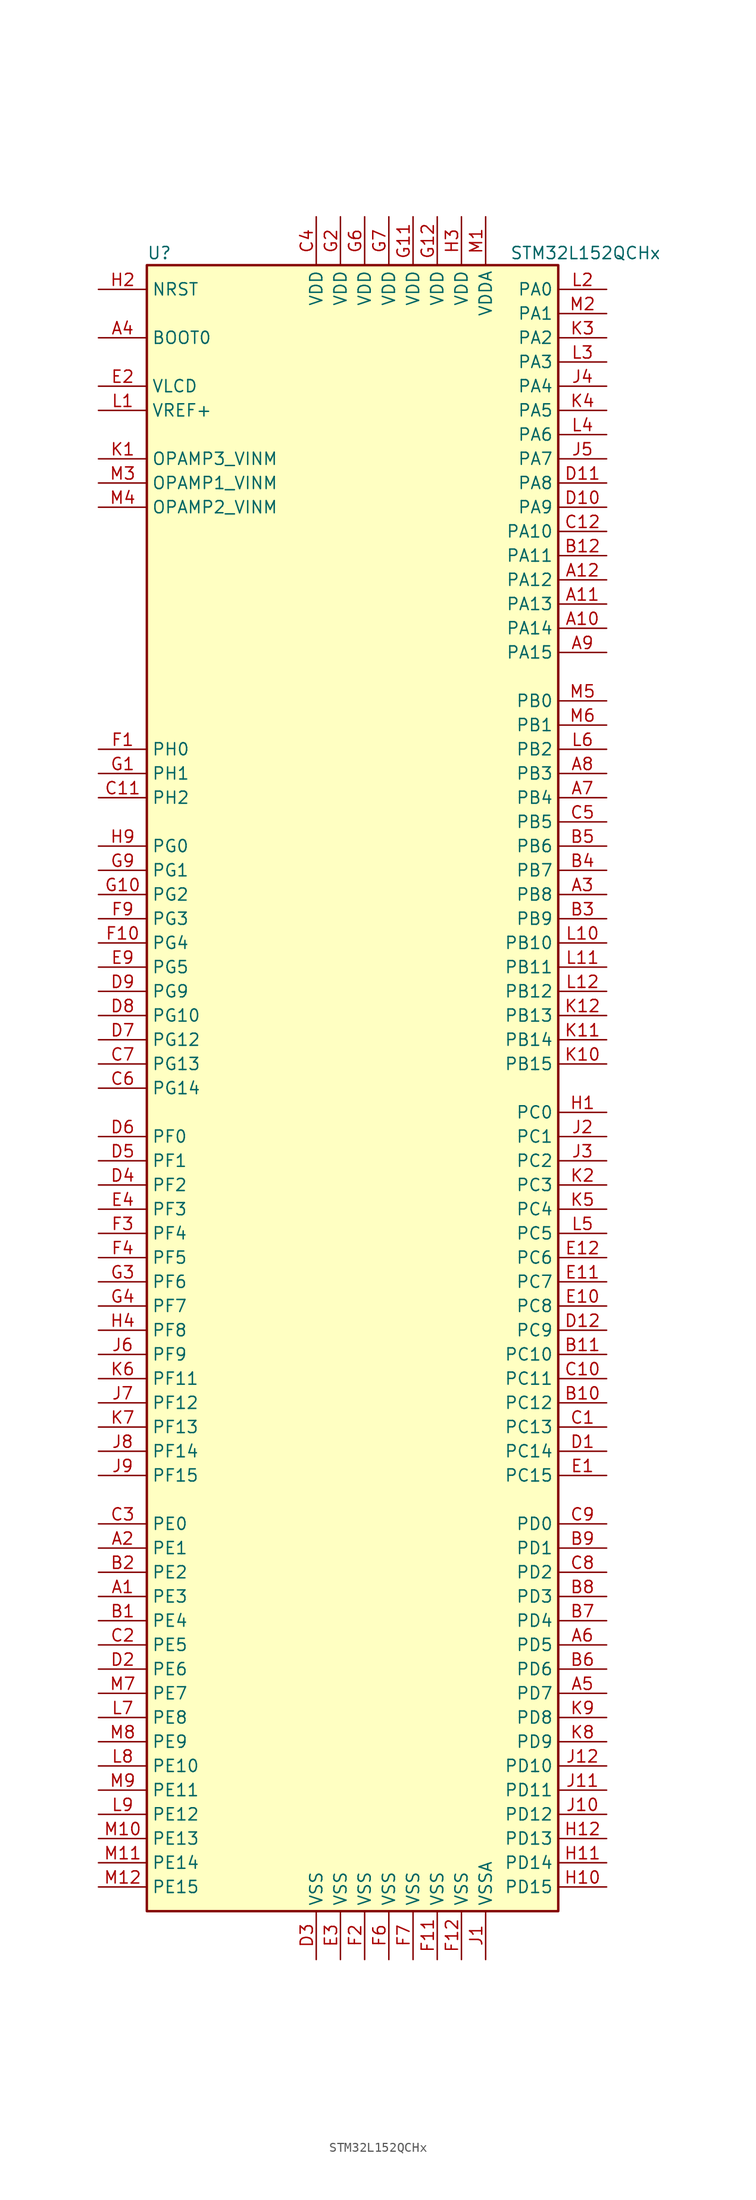
<source format=kicad_sym>
(kicad_symbol_lib
  (version 20201005)
  (generator kicad_symbol_editor)
  (symbol "STM32L152QCHx"
    (property "Reference" "U"
      (at -22.86 87.63 0)
      (effects (font (size 1.27 1.27)) (justify left)))
    (property "Value" "STM32L152QCHx"
      (at 15.24 87.63 0)
      (effects (font (size 1.27 1.27)) (justify left)))
    (symbol "STM32L152QCHx_0_1"
      (rectangle (start -22.86 -86.36) (end 20.32 86.36) (stroke (width 0.254)) (fill (type background))))
    (symbol "STM32L152QCHx_1_1"
      (pin input line (at -27.94 78.74 0) (length 5.08) (name "BOOT0" (effects (font (size 1.27 1.27)))) (number "A4" (effects (font (size 1.27 1.27)))))
      (pin input line (at -27.94 83.82 0) (length 5.08) (name "NRST" (effects (font (size 1.27 1.27)))) (number "H2" (effects (font (size 1.27 1.27)))))
      (pin bidirectional line (at -27.94 63.5 0) (length 5.08) (name "OPAMP1_VINM" (effects (font (size 1.27 1.27)))) (number "M3" (effects (font (size 1.27 1.27)))))
      (pin bidirectional line (at -27.94 60.96 0) (length 5.08) (name "OPAMP2_VINM" (effects (font (size 1.27 1.27)))) (number "M4" (effects (font (size 1.27 1.27)))))
      (pin bidirectional line (at -27.94 66.04 0) (length 5.08) (name "OPAMP3_VINM" (effects (font (size 1.27 1.27)))) (number "K1" (effects (font (size 1.27 1.27)))))
      (pin bidirectional line (at 25.4 83.82 180) (length 5.08) (name "PA0" (effects (font (size 1.27 1.27)))) (number "L2" (effects (font (size 1.27 1.27)))))
      (pin bidirectional line (at 25.4 81.28 180) (length 5.08) (name "PA1" (effects (font (size 1.27 1.27)))) (number "M2" (effects (font (size 1.27 1.27)))))
      (pin bidirectional line (at 25.4 58.42 180) (length 5.08) (name "PA10" (effects (font (size 1.27 1.27)))) (number "C12" (effects (font (size 1.27 1.27)))))
      (pin bidirectional line (at 25.4 55.88 180) (length 5.08) (name "PA11" (effects (font (size 1.27 1.27)))) (number "B12" (effects (font (size 1.27 1.27)))))
      (pin bidirectional line (at 25.4 53.34 180) (length 5.08) (name "PA12" (effects (font (size 1.27 1.27)))) (number "A12" (effects (font (size 1.27 1.27)))))
      (pin bidirectional line (at 25.4 50.8 180) (length 5.08) (name "PA13" (effects (font (size 1.27 1.27)))) (number "A11" (effects (font (size 1.27 1.27)))))
      (pin bidirectional line (at 25.4 48.26 180) (length 5.08) (name "PA14" (effects (font (size 1.27 1.27)))) (number "A10" (effects (font (size 1.27 1.27)))))
      (pin bidirectional line (at 25.4 45.72 180) (length 5.08) (name "PA15" (effects (font (size 1.27 1.27)))) (number "A9" (effects (font (size 1.27 1.27)))))
      (pin bidirectional line (at 25.4 78.74 180) (length 5.08) (name "PA2" (effects (font (size 1.27 1.27)))) (number "K3" (effects (font (size 1.27 1.27)))))
      (pin bidirectional line (at 25.4 76.2 180) (length 5.08) (name "PA3" (effects (font (size 1.27 1.27)))) (number "L3" (effects (font (size 1.27 1.27)))))
      (pin bidirectional line (at 25.4 73.66 180) (length 5.08) (name "PA4" (effects (font (size 1.27 1.27)))) (number "J4" (effects (font (size 1.27 1.27)))))
      (pin bidirectional line (at 25.4 71.12 180) (length 5.08) (name "PA5" (effects (font (size 1.27 1.27)))) (number "K4" (effects (font (size 1.27 1.27)))))
      (pin bidirectional line (at 25.4 68.58 180) (length 5.08) (name "PA6" (effects (font (size 1.27 1.27)))) (number "L4" (effects (font (size 1.27 1.27)))))
      (pin bidirectional line (at 25.4 66.04 180) (length 5.08) (name "PA7" (effects (font (size 1.27 1.27)))) (number "J5" (effects (font (size 1.27 1.27)))))
      (pin bidirectional line (at 25.4 63.5 180) (length 5.08) (name "PA8" (effects (font (size 1.27 1.27)))) (number "D11" (effects (font (size 1.27 1.27)))))
      (pin bidirectional line (at 25.4 60.96 180) (length 5.08) (name "PA9" (effects (font (size 1.27 1.27)))) (number "D10" (effects (font (size 1.27 1.27)))))
      (pin bidirectional line (at 25.4 40.64 180) (length 5.08) (name "PB0" (effects (font (size 1.27 1.27)))) (number "M5" (effects (font (size 1.27 1.27)))))
      (pin bidirectional line (at 25.4 38.1 180) (length 5.08) (name "PB1" (effects (font (size 1.27 1.27)))) (number "M6" (effects (font (size 1.27 1.27)))))
      (pin bidirectional line (at 25.4 15.24 180) (length 5.08) (name "PB10" (effects (font (size 1.27 1.27)))) (number "L10" (effects (font (size 1.27 1.27)))))
      (pin bidirectional line (at 25.4 12.7 180) (length 5.08) (name "PB11" (effects (font (size 1.27 1.27)))) (number "L11" (effects (font (size 1.27 1.27)))))
      (pin bidirectional line (at 25.4 10.16 180) (length 5.08) (name "PB12" (effects (font (size 1.27 1.27)))) (number "L12" (effects (font (size 1.27 1.27)))))
      (pin bidirectional line (at 25.4 7.62 180) (length 5.08) (name "PB13" (effects (font (size 1.27 1.27)))) (number "K12" (effects (font (size 1.27 1.27)))))
      (pin bidirectional line (at 25.4 5.08 180) (length 5.08) (name "PB14" (effects (font (size 1.27 1.27)))) (number "K11" (effects (font (size 1.27 1.27)))))
      (pin bidirectional line (at 25.4 2.54 180) (length 5.08) (name "PB15" (effects (font (size 1.27 1.27)))) (number "K10" (effects (font (size 1.27 1.27)))))
      (pin bidirectional line (at 25.4 35.56 180) (length 5.08) (name "PB2" (effects (font (size 1.27 1.27)))) (number "L6" (effects (font (size 1.27 1.27)))))
      (pin bidirectional line (at 25.4 33.02 180) (length 5.08) (name "PB3" (effects (font (size 1.27 1.27)))) (number "A8" (effects (font (size 1.27 1.27)))))
      (pin bidirectional line (at 25.4 30.48 180) (length 5.08) (name "PB4" (effects (font (size 1.27 1.27)))) (number "A7" (effects (font (size 1.27 1.27)))))
      (pin bidirectional line (at 25.4 27.94 180) (length 5.08) (name "PB5" (effects (font (size 1.27 1.27)))) (number "C5" (effects (font (size 1.27 1.27)))))
      (pin bidirectional line (at 25.4 25.4 180) (length 5.08) (name "PB6" (effects (font (size 1.27 1.27)))) (number "B5" (effects (font (size 1.27 1.27)))))
      (pin bidirectional line (at 25.4 22.86 180) (length 5.08) (name "PB7" (effects (font (size 1.27 1.27)))) (number "B4" (effects (font (size 1.27 1.27)))))
      (pin bidirectional line (at 25.4 20.32 180) (length 5.08) (name "PB8" (effects (font (size 1.27 1.27)))) (number "A3" (effects (font (size 1.27 1.27)))))
      (pin bidirectional line (at 25.4 17.78 180) (length 5.08) (name "PB9" (effects (font (size 1.27 1.27)))) (number "B3" (effects (font (size 1.27 1.27)))))
      (pin bidirectional line (at 25.4 -2.54 180) (length 5.08) (name "PC0" (effects (font (size 1.27 1.27)))) (number "H1" (effects (font (size 1.27 1.27)))))
      (pin bidirectional line (at 25.4 -5.08 180) (length 5.08) (name "PC1" (effects (font (size 1.27 1.27)))) (number "J2" (effects (font (size 1.27 1.27)))))
      (pin bidirectional line (at 25.4 -27.94 180) (length 5.08) (name "PC10" (effects (font (size 1.27 1.27)))) (number "B11" (effects (font (size 1.27 1.27)))))
      (pin bidirectional line (at 25.4 -30.48 180) (length 5.08) (name "PC11" (effects (font (size 1.27 1.27)))) (number "C10" (effects (font (size 1.27 1.27)))))
      (pin bidirectional line (at 25.4 -33.02 180) (length 5.08) (name "PC12" (effects (font (size 1.27 1.27)))) (number "B10" (effects (font (size 1.27 1.27)))))
      (pin bidirectional line (at 25.4 -35.56 180) (length 5.08) (name "PC13" (effects (font (size 1.27 1.27)))) (number "C1" (effects (font (size 1.27 1.27)))))
      (pin bidirectional line (at 25.4 -38.1 180) (length 5.08) (name "PC14" (effects (font (size 1.27 1.27)))) (number "D1" (effects (font (size 1.27 1.27)))))
      (pin bidirectional line (at 25.4 -40.64 180) (length 5.08) (name "PC15" (effects (font (size 1.27 1.27)))) (number "E1" (effects (font (size 1.27 1.27)))))
      (pin bidirectional line (at 25.4 -7.62 180) (length 5.08) (name "PC2" (effects (font (size 1.27 1.27)))) (number "J3" (effects (font (size 1.27 1.27)))))
      (pin bidirectional line (at 25.4 -10.16 180) (length 5.08) (name "PC3" (effects (font (size 1.27 1.27)))) (number "K2" (effects (font (size 1.27 1.27)))))
      (pin bidirectional line (at 25.4 -12.7 180) (length 5.08) (name "PC4" (effects (font (size 1.27 1.27)))) (number "K5" (effects (font (size 1.27 1.27)))))
      (pin bidirectional line (at 25.4 -15.24 180) (length 5.08) (name "PC5" (effects (font (size 1.27 1.27)))) (number "L5" (effects (font (size 1.27 1.27)))))
      (pin bidirectional line (at 25.4 -17.78 180) (length 5.08) (name "PC6" (effects (font (size 1.27 1.27)))) (number "E12" (effects (font (size 1.27 1.27)))))
      (pin bidirectional line (at 25.4 -20.32 180) (length 5.08) (name "PC7" (effects (font (size 1.27 1.27)))) (number "E11" (effects (font (size 1.27 1.27)))))
      (pin bidirectional line (at 25.4 -22.86 180) (length 5.08) (name "PC8" (effects (font (size 1.27 1.27)))) (number "E10" (effects (font (size 1.27 1.27)))))
      (pin bidirectional line (at 25.4 -25.4 180) (length 5.08) (name "PC9" (effects (font (size 1.27 1.27)))) (number "D12" (effects (font (size 1.27 1.27)))))
      (pin bidirectional line (at 25.4 -45.72 180) (length 5.08) (name "PD0" (effects (font (size 1.27 1.27)))) (number "C9" (effects (font (size 1.27 1.27)))))
      (pin bidirectional line (at 25.4 -48.26 180) (length 5.08) (name "PD1" (effects (font (size 1.27 1.27)))) (number "B9" (effects (font (size 1.27 1.27)))))
      (pin bidirectional line (at 25.4 -71.12 180) (length 5.08) (name "PD10" (effects (font (size 1.27 1.27)))) (number "J12" (effects (font (size 1.27 1.27)))))
      (pin bidirectional line (at 25.4 -73.66 180) (length 5.08) (name "PD11" (effects (font (size 1.27 1.27)))) (number "J11" (effects (font (size 1.27 1.27)))))
      (pin bidirectional line (at 25.4 -76.2 180) (length 5.08) (name "PD12" (effects (font (size 1.27 1.27)))) (number "J10" (effects (font (size 1.27 1.27)))))
      (pin bidirectional line (at 25.4 -78.74 180) (length 5.08) (name "PD13" (effects (font (size 1.27 1.27)))) (number "H12" (effects (font (size 1.27 1.27)))))
      (pin bidirectional line (at 25.4 -81.28 180) (length 5.08) (name "PD14" (effects (font (size 1.27 1.27)))) (number "H11" (effects (font (size 1.27 1.27)))))
      (pin bidirectional line (at 25.4 -83.82 180) (length 5.08) (name "PD15" (effects (font (size 1.27 1.27)))) (number "H10" (effects (font (size 1.27 1.27)))))
      (pin bidirectional line (at 25.4 -50.8 180) (length 5.08) (name "PD2" (effects (font (size 1.27 1.27)))) (number "C8" (effects (font (size 1.27 1.27)))))
      (pin bidirectional line (at 25.4 -53.34 180) (length 5.08) (name "PD3" (effects (font (size 1.27 1.27)))) (number "B8" (effects (font (size 1.27 1.27)))))
      (pin bidirectional line (at 25.4 -55.88 180) (length 5.08) (name "PD4" (effects (font (size 1.27 1.27)))) (number "B7" (effects (font (size 1.27 1.27)))))
      (pin bidirectional line (at 25.4 -58.42 180) (length 5.08) (name "PD5" (effects (font (size 1.27 1.27)))) (number "A6" (effects (font (size 1.27 1.27)))))
      (pin bidirectional line (at 25.4 -60.96 180) (length 5.08) (name "PD6" (effects (font (size 1.27 1.27)))) (number "B6" (effects (font (size 1.27 1.27)))))
      (pin bidirectional line (at 25.4 -63.5 180) (length 5.08) (name "PD7" (effects (font (size 1.27 1.27)))) (number "A5" (effects (font (size 1.27 1.27)))))
      (pin bidirectional line (at 25.4 -66.04 180) (length 5.08) (name "PD8" (effects (font (size 1.27 1.27)))) (number "K9" (effects (font (size 1.27 1.27)))))
      (pin bidirectional line (at 25.4 -68.58 180) (length 5.08) (name "PD9" (effects (font (size 1.27 1.27)))) (number "K8" (effects (font (size 1.27 1.27)))))
      (pin bidirectional line (at -27.94 -45.72 0) (length 5.08) (name "PE0" (effects (font (size 1.27 1.27)))) (number "C3" (effects (font (size 1.27 1.27)))))
      (pin bidirectional line (at -27.94 -48.26 0) (length 5.08) (name "PE1" (effects (font (size 1.27 1.27)))) (number "A2" (effects (font (size 1.27 1.27)))))
      (pin bidirectional line (at -27.94 -71.12 0) (length 5.08) (name "PE10" (effects (font (size 1.27 1.27)))) (number "L8" (effects (font (size 1.27 1.27)))))
      (pin bidirectional line (at -27.94 -73.66 0) (length 5.08) (name "PE11" (effects (font (size 1.27 1.27)))) (number "M9" (effects (font (size 1.27 1.27)))))
      (pin bidirectional line (at -27.94 -76.2 0) (length 5.08) (name "PE12" (effects (font (size 1.27 1.27)))) (number "L9" (effects (font (size 1.27 1.27)))))
      (pin bidirectional line (at -27.94 -78.74 0) (length 5.08) (name "PE13" (effects (font (size 1.27 1.27)))) (number "M10" (effects (font (size 1.27 1.27)))))
      (pin bidirectional line (at -27.94 -81.28 0) (length 5.08) (name "PE14" (effects (font (size 1.27 1.27)))) (number "M11" (effects (font (size 1.27 1.27)))))
      (pin bidirectional line (at -27.94 -83.82 0) (length 5.08) (name "PE15" (effects (font (size 1.27 1.27)))) (number "M12" (effects (font (size 1.27 1.27)))))
      (pin bidirectional line (at -27.94 -50.8 0) (length 5.08) (name "PE2" (effects (font (size 1.27 1.27)))) (number "B2" (effects (font (size 1.27 1.27)))))
      (pin bidirectional line (at -27.94 -53.34 0) (length 5.08) (name "PE3" (effects (font (size 1.27 1.27)))) (number "A1" (effects (font (size 1.27 1.27)))))
      (pin bidirectional line (at -27.94 -55.88 0) (length 5.08) (name "PE4" (effects (font (size 1.27 1.27)))) (number "B1" (effects (font (size 1.27 1.27)))))
      (pin bidirectional line (at -27.94 -58.42 0) (length 5.08) (name "PE5" (effects (font (size 1.27 1.27)))) (number "C2" (effects (font (size 1.27 1.27)))))
      (pin bidirectional line (at -27.94 -60.96 0) (length 5.08) (name "PE6" (effects (font (size 1.27 1.27)))) (number "D2" (effects (font (size 1.27 1.27)))))
      (pin bidirectional line (at -27.94 -63.5 0) (length 5.08) (name "PE7" (effects (font (size 1.27 1.27)))) (number "M7" (effects (font (size 1.27 1.27)))))
      (pin bidirectional line (at -27.94 -66.04 0) (length 5.08) (name "PE8" (effects (font (size 1.27 1.27)))) (number "L7" (effects (font (size 1.27 1.27)))))
      (pin bidirectional line (at -27.94 -68.58 0) (length 5.08) (name "PE9" (effects (font (size 1.27 1.27)))) (number "M8" (effects (font (size 1.27 1.27)))))
      (pin bidirectional line (at -27.94 -5.08 0) (length 5.08) (name "PF0" (effects (font (size 1.27 1.27)))) (number "D6" (effects (font (size 1.27 1.27)))))
      (pin bidirectional line (at -27.94 -7.62 0) (length 5.08) (name "PF1" (effects (font (size 1.27 1.27)))) (number "D5" (effects (font (size 1.27 1.27)))))
      (pin bidirectional line (at -27.94 -30.48 0) (length 5.08) (name "PF11" (effects (font (size 1.27 1.27)))) (number "K6" (effects (font (size 1.27 1.27)))))
      (pin bidirectional line (at -27.94 -33.02 0) (length 5.08) (name "PF12" (effects (font (size 1.27 1.27)))) (number "J7" (effects (font (size 1.27 1.27)))))
      (pin bidirectional line (at -27.94 -35.56 0) (length 5.08) (name "PF13" (effects (font (size 1.27 1.27)))) (number "K7" (effects (font (size 1.27 1.27)))))
      (pin bidirectional line (at -27.94 -38.1 0) (length 5.08) (name "PF14" (effects (font (size 1.27 1.27)))) (number "J8" (effects (font (size 1.27 1.27)))))
      (pin bidirectional line (at -27.94 -40.64 0) (length 5.08) (name "PF15" (effects (font (size 1.27 1.27)))) (number "J9" (effects (font (size 1.27 1.27)))))
      (pin bidirectional line (at -27.94 -10.16 0) (length 5.08) (name "PF2" (effects (font (size 1.27 1.27)))) (number "D4" (effects (font (size 1.27 1.27)))))
      (pin bidirectional line (at -27.94 -12.7 0) (length 5.08) (name "PF3" (effects (font (size 1.27 1.27)))) (number "E4" (effects (font (size 1.27 1.27)))))
      (pin bidirectional line (at -27.94 -15.24 0) (length 5.08) (name "PF4" (effects (font (size 1.27 1.27)))) (number "F3" (effects (font (size 1.27 1.27)))))
      (pin bidirectional line (at -27.94 -17.78 0) (length 5.08) (name "PF5" (effects (font (size 1.27 1.27)))) (number "F4" (effects (font (size 1.27 1.27)))))
      (pin bidirectional line (at -27.94 -20.32 0) (length 5.08) (name "PF6" (effects (font (size 1.27 1.27)))) (number "G3" (effects (font (size 1.27 1.27)))))
      (pin bidirectional line (at -27.94 -22.86 0) (length 5.08) (name "PF7" (effects (font (size 1.27 1.27)))) (number "G4" (effects (font (size 1.27 1.27)))))
      (pin bidirectional line (at -27.94 -25.4 0) (length 5.08) (name "PF8" (effects (font (size 1.27 1.27)))) (number "H4" (effects (font (size 1.27 1.27)))))
      (pin bidirectional line (at -27.94 -27.94 0) (length 5.08) (name "PF9" (effects (font (size 1.27 1.27)))) (number "J6" (effects (font (size 1.27 1.27)))))
      (pin bidirectional line (at -27.94 25.4 0) (length 5.08) (name "PG0" (effects (font (size 1.27 1.27)))) (number "H9" (effects (font (size 1.27 1.27)))))
      (pin bidirectional line (at -27.94 22.86 0) (length 5.08) (name "PG1" (effects (font (size 1.27 1.27)))) (number "G9" (effects (font (size 1.27 1.27)))))
      (pin bidirectional line (at -27.94 7.62 0) (length 5.08) (name "PG10" (effects (font (size 1.27 1.27)))) (number "D8" (effects (font (size 1.27 1.27)))))
      (pin bidirectional line (at -27.94 5.08 0) (length 5.08) (name "PG12" (effects (font (size 1.27 1.27)))) (number "D7" (effects (font (size 1.27 1.27)))))
      (pin bidirectional line (at -27.94 2.54 0) (length 5.08) (name "PG13" (effects (font (size 1.27 1.27)))) (number "C7" (effects (font (size 1.27 1.27)))))
      (pin bidirectional line (at -27.94 0 0) (length 5.08) (name "PG14" (effects (font (size 1.27 1.27)))) (number "C6" (effects (font (size 1.27 1.27)))))
      (pin bidirectional line (at -27.94 20.32 0) (length 5.08) (name "PG2" (effects (font (size 1.27 1.27)))) (number "G10" (effects (font (size 1.27 1.27)))))
      (pin bidirectional line (at -27.94 17.78 0) (length 5.08) (name "PG3" (effects (font (size 1.27 1.27)))) (number "F9" (effects (font (size 1.27 1.27)))))
      (pin bidirectional line (at -27.94 15.24 0) (length 5.08) (name "PG4" (effects (font (size 1.27 1.27)))) (number "F10" (effects (font (size 1.27 1.27)))))
      (pin bidirectional line (at -27.94 12.7 0) (length 5.08) (name "PG5" (effects (font (size 1.27 1.27)))) (number "E9" (effects (font (size 1.27 1.27)))))
      (pin bidirectional line (at -27.94 10.16 0) (length 5.08) (name "PG9" (effects (font (size 1.27 1.27)))) (number "D9" (effects (font (size 1.27 1.27)))))
      (pin input line (at -27.94 35.56 0) (length 5.08) (name "PH0" (effects (font (size 1.27 1.27)))) (number "F1" (effects (font (size 1.27 1.27)))))
      (pin input line (at -27.94 33.02 0) (length 5.08) (name "PH1" (effects (font (size 1.27 1.27)))) (number "G1" (effects (font (size 1.27 1.27)))))
      (pin bidirectional line (at -27.94 30.48 0) (length 5.08) (name "PH2" (effects (font (size 1.27 1.27)))) (number "C11" (effects (font (size 1.27 1.27)))))
      (pin power_in line (at -5.08 91.44 270) (length 5.08) (name "VDD" (effects (font (size 1.27 1.27)))) (number "C4" (effects (font (size 1.27 1.27)))))
      (pin power_in line (at 5.08 91.44 270) (length 5.08) (name "VDD" (effects (font (size 1.27 1.27)))) (number "G11" (effects (font (size 1.27 1.27)))))
      (pin power_in line (at 7.62 91.44 270) (length 5.08) (name "VDD" (effects (font (size 1.27 1.27)))) (number "G12" (effects (font (size 1.27 1.27)))))
      (pin power_in line (at -2.54 91.44 270) (length 5.08) (name "VDD" (effects (font (size 1.27 1.27)))) (number "G2" (effects (font (size 1.27 1.27)))))
      (pin power_in line (at 0 91.44 270) (length 5.08) (name "VDD" (effects (font (size 1.27 1.27)))) (number "G6" (effects (font (size 1.27 1.27)))))
      (pin power_in line (at 2.54 91.44 270) (length 5.08) (name "VDD" (effects (font (size 1.27 1.27)))) (number "G7" (effects (font (size 1.27 1.27)))))
      (pin power_in line (at 10.16 91.44 270) (length 5.08) (name "VDD" (effects (font (size 1.27 1.27)))) (number "H3" (effects (font (size 1.27 1.27)))))
      (pin power_in line (at 12.7 91.44 270) (length 5.08) (name "VDDA" (effects (font (size 1.27 1.27)))) (number "M1" (effects (font (size 1.27 1.27)))))
      (pin power_in line (at -27.94 73.66 0) (length 5.08) (name "VLCD" (effects (font (size 1.27 1.27)))) (number "E2" (effects (font (size 1.27 1.27)))))
      (pin power_in line (at -27.94 71.12 0) (length 5.08) (name "VREF+" (effects (font (size 1.27 1.27)))) (number "L1" (effects (font (size 1.27 1.27)))))
      (pin power_in line (at -5.08 -91.44 90) (length 5.08) (name "VSS" (effects (font (size 1.27 1.27)))) (number "D3" (effects (font (size 1.27 1.27)))))
      (pin power_in line (at -2.54 -91.44 90) (length 5.08) (name "VSS" (effects (font (size 1.27 1.27)))) (number "E3" (effects (font (size 1.27 1.27)))))
      (pin power_in line (at 7.62 -91.44 90) (length 5.08) (name "VSS" (effects (font (size 1.27 1.27)))) (number "F11" (effects (font (size 1.27 1.27)))))
      (pin power_in line (at 10.16 -91.44 90) (length 5.08) (name "VSS" (effects (font (size 1.27 1.27)))) (number "F12" (effects (font (size 1.27 1.27)))))
      (pin power_in line (at 0 -91.44 90) (length 5.08) (name "VSS" (effects (font (size 1.27 1.27)))) (number "F2" (effects (font (size 1.27 1.27)))))
      (pin power_in line (at 2.54 -91.44 90) (length 5.08) (name "VSS" (effects (font (size 1.27 1.27)))) (number "F6" (effects (font (size 1.27 1.27)))))
      (pin power_in line (at 5.08 -91.44 90) (length 5.08) (name "VSS" (effects (font (size 1.27 1.27)))) (number "F7" (effects (font (size 1.27 1.27)))))
      (pin power_in line (at 12.7 -91.44 90) (length 5.08) (name "VSSA" (effects (font (size 1.27 1.27)))) (number "J1" (effects (font (size 1.27 1.27))))))))
</source>
